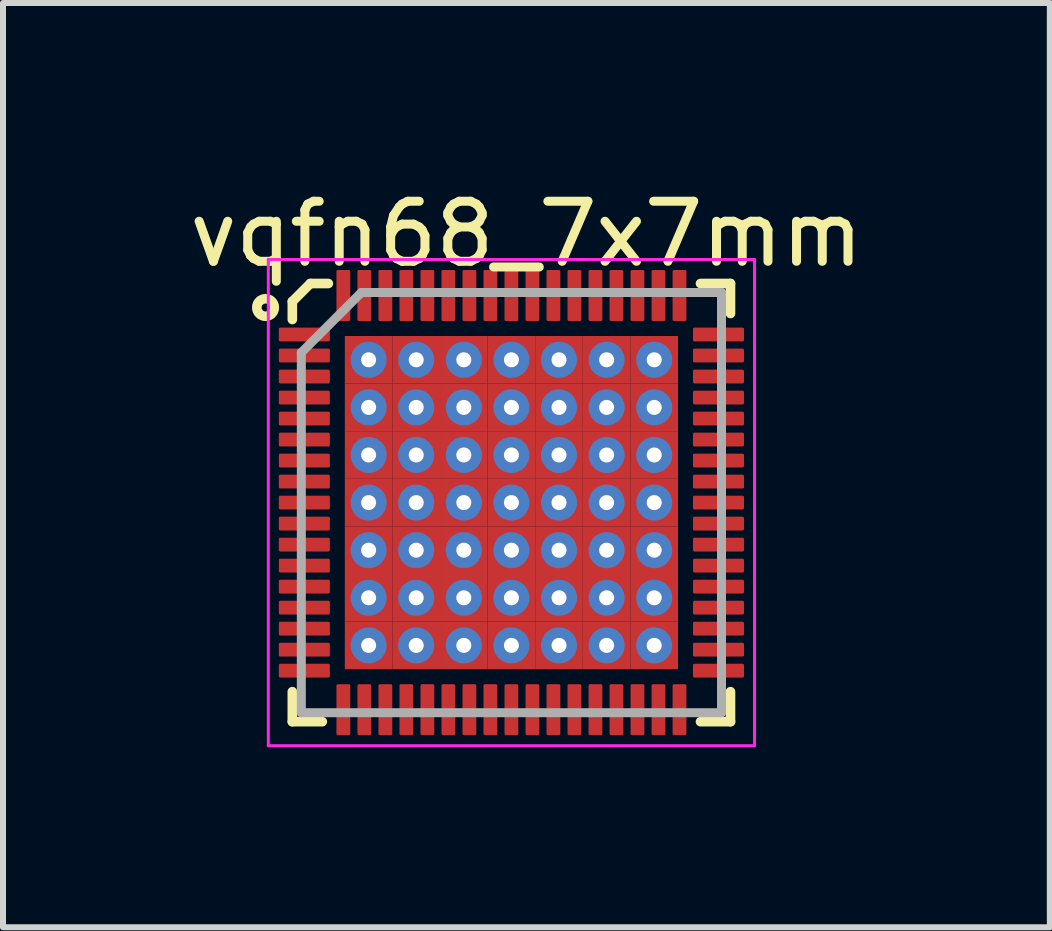
<source format=kicad_pcb>
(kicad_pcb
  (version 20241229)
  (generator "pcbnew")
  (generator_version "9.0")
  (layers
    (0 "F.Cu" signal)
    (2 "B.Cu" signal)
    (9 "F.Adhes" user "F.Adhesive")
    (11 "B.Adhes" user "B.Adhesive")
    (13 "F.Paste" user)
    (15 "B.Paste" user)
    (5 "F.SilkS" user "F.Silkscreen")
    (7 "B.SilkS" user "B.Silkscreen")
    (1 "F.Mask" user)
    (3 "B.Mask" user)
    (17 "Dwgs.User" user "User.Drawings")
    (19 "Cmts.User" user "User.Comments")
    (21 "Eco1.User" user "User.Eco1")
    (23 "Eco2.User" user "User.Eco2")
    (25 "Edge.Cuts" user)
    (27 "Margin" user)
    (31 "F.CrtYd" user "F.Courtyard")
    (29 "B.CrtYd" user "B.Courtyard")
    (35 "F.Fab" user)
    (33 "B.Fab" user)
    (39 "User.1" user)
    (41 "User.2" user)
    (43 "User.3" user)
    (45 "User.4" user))
  (footprint "vqfn68_7x7mm"
    (layer "F.Cu")
    (at 5.47 5.323)
    (property "Reference" "vqfn68_7x7mm" (at 0.25 -4.475 0) (layer "F.SilkS") (effects (font (size 1 1) (thickness 0.15))))
    (attr smd)
    (fp_line (start -3.65 -3.35) (end -3.65 -3.05) (stroke (width 0.16) (type solid)) (layer "F.SilkS"))
    (fp_line (start -3.65 -3.35) (end -3.35 -3.65) (stroke (width 0.16) (type solid)) (layer "F.SilkS"))
    (fp_line (start -3.65 3.65) (end -3.65 3.15) (stroke (width 0.16) (type solid)) (layer "F.SilkS"))
    (fp_line (start -3.15 3.65) (end -3.65 3.65) (stroke (width 0.16) (type solid)) (layer "F.SilkS"))
    (fp_line (start -3.05 -3.65) (end -3.35 -3.65) (stroke (width 0.16) (type solid)) (layer "F.SilkS"))
    (fp_line (start 3.15 -3.65) (end 3.65 -3.65) (stroke (width 0.16) (type solid)) (layer "F.SilkS"))
    (fp_line (start 3.15 3.65) (end 3.65 3.65) (stroke (width 0.16) (type solid)) (layer "F.SilkS"))
    (fp_line (start 3.65 -3.65) (end 3.65 -3.15) (stroke (width 0.16) (type solid)) (layer "F.SilkS"))
    (fp_line (start 3.65 3.65) (end 3.65 3.15) (stroke (width 0.16) (type solid)) (layer "F.SilkS"))
    (fp_circle (center -4.096 -3.25) (end -3.95 -3.25) (stroke (width 0.16) (type solid)) (fill no) (layer "F.SilkS"))
    (fp_line (start -4.05 -4.05) (end 4.05 -4.05) (stroke (width 0.05) (type solid)) (layer "F.CrtYd"))
    (fp_line (start -4.05 4.05) (end -4.05 -4.05) (stroke (width 0.05) (type solid)) (layer "F.CrtYd"))
    (fp_line (start 4.05 -4.05) (end 4.05 4.05) (stroke (width 0.05) (type solid)) (layer "F.CrtYd"))
    (fp_line (start 4.05 4.05) (end -4.05 4.05) (stroke (width 0.05) (type solid)) (layer "F.CrtYd"))
    (fp_line (start -3.5 -2.5) (end -3.5 3.5) (stroke (width 0.15) (type solid)) (layer "F.Fab"))
    (fp_line (start -3.5 3.5) (end 3.5 3.5) (stroke (width 0.15) (type solid)) (layer "F.Fab"))
    (fp_line (start -2.5 -3.5) (end -3.5 -2.5) (stroke (width 0.15) (type solid)) (layer "F.Fab"))
    (fp_line (start 3.5 -3.5) (end -2.5 -3.5) (stroke (width 0.15) (type solid)) (layer "F.Fab"))
    (fp_line (start 3.5 3.5) (end 3.5 -3.5) (stroke (width 0.15) (type solid)) (layer "F.Fab"))
    (pad "1" smd roundrect (at -3.45 -2.8 90) (size 0.23 0.85) (layers "F.Cu" "F.Mask" "F.Paste") (roundrect_rratio 0.1))
    (pad "2" smd roundrect (at -3.45 -2.45 90) (size 0.23 0.85) (layers "F.Cu" "F.Mask" "F.Paste") (roundrect_rratio 0.1))
    (pad "3" smd roundrect (at -3.45 -2.1 90) (size 0.23 0.85) (layers "F.Cu" "F.Mask" "F.Paste") (roundrect_rratio 0.1))
    (pad "4" smd roundrect (at -3.45 -1.75 90) (size 0.23 0.85) (layers "F.Cu" "F.Mask" "F.Paste") (roundrect_rratio 0.1))
    (pad "5" smd roundrect (at -3.45 -1.4 90) (size 0.23 0.85) (layers "F.Cu" "F.Mask" "F.Paste") (roundrect_rratio 0.1))
    (pad "6" smd roundrect (at -3.45 -1.05 90) (size 0.23 0.85) (layers "F.Cu" "F.Mask" "F.Paste") (roundrect_rratio 0.1))
    (pad "7" smd roundrect (at -3.45 -0.7 90) (size 0.23 0.85) (layers "F.Cu" "F.Mask" "F.Paste") (roundrect_rratio 0.1))
    (pad "8" smd roundrect (at -3.45 -0.35 90) (size 0.23 0.85) (layers "F.Cu" "F.Mask" "F.Paste") (roundrect_rratio 0.1))
    (pad "9" smd roundrect (at -3.45 0 90) (size 0.23 0.85) (layers "F.Cu" "F.Mask" "F.Paste") (roundrect_rratio 0.1))
    (pad "10" smd roundrect (at -3.45 0.35 90) (size 0.23 0.85) (layers "F.Cu" "F.Mask" "F.Paste") (roundrect_rratio 0.1))
    (pad "11" smd roundrect (at -3.45 0.7 90) (size 0.23 0.85) (layers "F.Cu" "F.Mask" "F.Paste") (roundrect_rratio 0.1))
    (pad "12" smd roundrect (at -3.45 1.05 90) (size 0.23 0.85) (layers "F.Cu" "F.Mask" "F.Paste") (roundrect_rratio 0.1))
    (pad "13" smd roundrect (at -3.45 1.4 90) (size 0.23 0.85) (layers "F.Cu" "F.Mask" "F.Paste") (roundrect_rratio 0.1))
    (pad "14" smd roundrect (at -3.45 1.75 90) (size 0.23 0.85) (layers "F.Cu" "F.Mask" "F.Paste") (roundrect_rratio 0.1))
    (pad "15" smd roundrect (at -3.45 2.1 90) (size 0.23 0.85) (layers "F.Cu" "F.Mask" "F.Paste") (roundrect_rratio 0.1))
    (pad "16" smd roundrect (at -3.45 2.45 90) (size 0.23 0.85) (layers "F.Cu" "F.Mask" "F.Paste") (roundrect_rratio 0.1))
    (pad "17" smd roundrect (at -3.45 2.8 90) (size 0.23 0.85) (layers "F.Cu" "F.Mask" "F.Paste") (roundrect_rratio 0.1))
    (pad "18" smd roundrect (at -2.8 3.45) (size 0.23 0.85) (layers "F.Cu" "F.Mask" "F.Paste") (roundrect_rratio 0.1))
    (pad "19" smd roundrect (at -2.45 3.45) (size 0.23 0.85) (layers "F.Cu" "F.Mask" "F.Paste") (roundrect_rratio 0.1))
    (pad "20" smd roundrect (at -2.1 3.45) (size 0.23 0.85) (layers "F.Cu" "F.Mask" "F.Paste") (roundrect_rratio 0.1))
    (pad "21" smd roundrect (at -1.75 3.45) (size 0.23 0.85) (layers "F.Cu" "F.Mask" "F.Paste") (roundrect_rratio 0.1))
    (pad "22" smd roundrect (at -1.4 3.45) (size 0.23 0.85) (layers "F.Cu" "F.Mask" "F.Paste") (roundrect_rratio 0.1))
    (pad "23" smd roundrect (at -1.05 3.45) (size 0.23 0.85) (layers "F.Cu" "F.Mask" "F.Paste") (roundrect_rratio 0.1))
    (pad "24" smd roundrect (at -0.7 3.45) (size 0.23 0.85) (layers "F.Cu" "F.Mask" "F.Paste") (roundrect_rratio 0.1))
    (pad "25" smd roundrect (at -0.35 3.45) (size 0.23 0.85) (layers "F.Cu" "F.Mask" "F.Paste") (roundrect_rratio 0.1))
    (pad "26" smd roundrect (at 0 3.45) (size 0.23 0.85) (layers "F.Cu" "F.Mask" "F.Paste") (roundrect_rratio 0.1))
    (pad "27" smd roundrect (at 0.35 3.45) (size 0.23 0.85) (layers "F.Cu" "F.Mask" "F.Paste") (roundrect_rratio 0.1))
    (pad "28" smd roundrect (at 0.7 3.45) (size 0.23 0.85) (layers "F.Cu" "F.Mask" "F.Paste") (roundrect_rratio 0.1))
    (pad "29" smd roundrect (at 1.05 3.45) (size 0.23 0.85) (layers "F.Cu" "F.Mask" "F.Paste") (roundrect_rratio 0.1))
    (pad "30" smd roundrect (at 1.4 3.45) (size 0.23 0.85) (layers "F.Cu" "F.Mask" "F.Paste") (roundrect_rratio 0.1))
    (pad "31" smd roundrect (at 1.75 3.45) (size 0.23 0.85) (layers "F.Cu" "F.Mask" "F.Paste") (roundrect_rratio 0.1))
    (pad "32" smd roundrect (at 2.1 3.45) (size 0.23 0.85) (layers "F.Cu" "F.Mask" "F.Paste") (roundrect_rratio 0.1))
    (pad "33" smd roundrect (at 2.45 3.45) (size 0.23 0.85) (layers "F.Cu" "F.Mask" "F.Paste") (roundrect_rratio 0.1))
    (pad "34" smd roundrect (at 2.8 3.45) (size 0.23 0.85) (layers "F.Cu" "F.Mask" "F.Paste") (roundrect_rratio 0.1))
    (pad "35" smd roundrect (at 3.45 2.8 90) (size 0.23 0.85) (layers "F.Cu" "F.Mask" "F.Paste") (roundrect_rratio 0.1))
    (pad "36" smd roundrect (at 3.45 2.45 90) (size 0.23 0.85) (layers "F.Cu" "F.Mask" "F.Paste") (roundrect_rratio 0.1))
    (pad "37" smd roundrect (at 3.45 2.1 90) (size 0.23 0.85) (layers "F.Cu" "F.Mask" "F.Paste") (roundrect_rratio 0.1))
    (pad "38" smd roundrect (at 3.45 1.75 90) (size 0.23 0.85) (layers "F.Cu" "F.Mask" "F.Paste") (roundrect_rratio 0.1))
    (pad "39" smd roundrect (at 3.45 1.4 90) (size 0.23 0.85) (layers "F.Cu" "F.Mask" "F.Paste") (roundrect_rratio 0.1))
    (pad "40" smd roundrect (at 3.45 1.05 90) (size 0.23 0.85) (layers "F.Cu" "F.Mask" "F.Paste") (roundrect_rratio 0.1))
    (pad "41" smd roundrect (at 3.45 0.7 90) (size 0.23 0.85) (layers "F.Cu" "F.Mask" "F.Paste") (roundrect_rratio 0.1))
    (pad "42" smd roundrect (at 3.45 0.35 90) (size 0.23 0.85) (layers "F.Cu" "F.Mask" "F.Paste") (roundrect_rratio 0.1))
    (pad "43" smd roundrect (at 3.45 0 90) (size 0.23 0.85) (layers "F.Cu" "F.Mask" "F.Paste") (roundrect_rratio 0.1))
    (pad "44" smd roundrect (at 3.45 -0.35 90) (size 0.23 0.85) (layers "F.Cu" "F.Mask" "F.Paste") (roundrect_rratio 0.1))
    (pad "45" smd roundrect (at 3.45 -0.7 90) (size 0.23 0.85) (layers "F.Cu" "F.Mask" "F.Paste") (roundrect_rratio 0.1))
    (pad "46" smd roundrect (at 3.45 -1.05 90) (size 0.23 0.85) (layers "F.Cu" "F.Mask" "F.Paste") (roundrect_rratio 0.1))
    (pad "47" smd roundrect (at 3.45 -1.4 90) (size 0.23 0.85) (layers "F.Cu" "F.Mask" "F.Paste") (roundrect_rratio 0.1))
    (pad "48" smd roundrect (at 3.45 -1.75 90) (size 0.23 0.85) (layers "F.Cu" "F.Mask" "F.Paste") (roundrect_rratio 0.1))
    (pad "49" smd roundrect (at 3.45 -2.1 90) (size 0.23 0.85) (layers "F.Cu" "F.Mask" "F.Paste") (roundrect_rratio 0.1))
    (pad "50" smd roundrect (at 3.45 -2.45 90) (size 0.23 0.85) (layers "F.Cu" "F.Mask" "F.Paste") (roundrect_rratio 0.1))
    (pad "51" smd roundrect (at 3.45 -2.8 90) (size 0.23 0.85) (layers "F.Cu" "F.Mask" "F.Paste") (roundrect_rratio 0.1))
    (pad "52" smd roundrect (at 2.8 -3.45) (size 0.23 0.85) (layers "F.Cu" "F.Mask" "F.Paste") (roundrect_rratio 0.1))
    (pad "53" smd roundrect (at 2.45 -3.45) (size 0.23 0.85) (layers "F.Cu" "F.Mask" "F.Paste") (roundrect_rratio 0.1))
    (pad "54" smd roundrect (at 2.1 -3.45) (size 0.23 0.85) (layers "F.Cu" "F.Mask" "F.Paste") (roundrect_rratio 0.1))
    (pad "55" smd roundrect (at 1.75 -3.45) (size 0.23 0.85) (layers "F.Cu" "F.Mask" "F.Paste") (roundrect_rratio 0.1))
    (pad "56" smd roundrect (at 1.4 -3.45) (size 0.23 0.85) (layers "F.Cu" "F.Mask" "F.Paste") (roundrect_rratio 0.1))
    (pad "57" smd roundrect (at 1.05 -3.45) (size 0.23 0.85) (layers "F.Cu" "F.Mask" "F.Paste") (roundrect_rratio 0.1))
    (pad "58" smd roundrect (at 0.7 -3.45) (size 0.23 0.85) (layers "F.Cu" "F.Mask" "F.Paste") (roundrect_rratio 0.1))
    (pad "59" smd roundrect (at 0.35 -3.45) (size 0.23 0.85) (layers "F.Cu" "F.Mask" "F.Paste") (roundrect_rratio 0.1))
    (pad "60" smd roundrect (at 0 -3.45) (size 0.23 0.85) (layers "F.Cu" "F.Mask" "F.Paste") (roundrect_rratio 0.1))
    (pad "61" smd roundrect (at -0.35 -3.45) (size 0.23 0.85) (layers "F.Cu" "F.Mask" "F.Paste") (roundrect_rratio 0.1))
    (pad "62" smd roundrect (at -0.7 -3.45) (size 0.23 0.85) (layers "F.Cu" "F.Mask" "F.Paste") (roundrect_rratio 0.1))
    (pad "63" smd roundrect (at -1.05 -3.45) (size 0.23 0.85) (layers "F.Cu" "F.Mask" "F.Paste") (roundrect_rratio 0.1))
    (pad "64" smd roundrect (at -1.4 -3.45) (size 0.23 0.85) (layers "F.Cu" "F.Mask" "F.Paste") (roundrect_rratio 0.1))
    (pad "65" smd roundrect (at -1.75 -3.45) (size 0.23 0.85) (layers "F.Cu" "F.Mask" "F.Paste") (roundrect_rratio 0.1))
    (pad "66" smd roundrect (at -2.1 -3.45) (size 0.23 0.85) (layers "F.Cu" "F.Mask" "F.Paste") (roundrect_rratio 0.1))
    (pad "67" smd roundrect (at -2.45 -3.45) (size 0.23 0.85) (layers "F.Cu" "F.Mask" "F.Paste") (roundrect_rratio 0.1))
    (pad "68" smd roundrect (at -2.8 -3.45) (size 0.23 0.85) (layers "F.Cu" "F.Mask" "F.Paste") (roundrect_rratio 0.1))
    (pad "69" thru_hole circle (at -2.379 -2.379) (size 0.6 0.6) (drill 0.25) (layers "*.Cu" "*.Mask"))
    (pad "69" smd rect (at -2.379 -2.379) (size 0.793 0.793) (layers "F.Cu" "F.Mask" "F.Paste"))
    (pad "69" thru_hole circle (at -2.379 -1.586) (size 0.6 0.6) (drill 0.25) (layers "*.Cu" "*.Mask"))
    (pad "69" smd rect (at -2.379 -1.586) (size 0.793 0.793) (layers "F.Cu" "F.Mask" "F.Paste"))
    (pad "69" thru_hole circle (at -2.379 -0.793) (size 0.6 0.6) (drill 0.25) (layers "*.Cu" "*.Mask"))
    (pad "69" smd rect (at -2.379 -0.793) (size 0.793 0.793) (layers "F.Cu" "F.Mask" "F.Paste"))
    (pad "69" thru_hole circle (at -2.379 0) (size 0.6 0.6) (drill 0.25) (layers "*.Cu" "*.Mask"))
    (pad "69" smd rect (at -2.379 0) (size 0.793 0.793) (layers "F.Cu" "F.Mask" "F.Paste"))
    (pad "69" thru_hole circle (at -2.379 0.793) (size 0.6 0.6) (drill 0.25) (layers "*.Cu" "*.Mask"))
    (pad "69" smd rect (at -2.379 0.793) (size 0.793 0.793) (layers "F.Cu" "F.Mask" "F.Paste"))
    (pad "69" thru_hole circle (at -2.379 1.586) (size 0.6 0.6) (drill 0.25) (layers "*.Cu" "*.Mask"))
    (pad "69" smd rect (at -2.379 1.586) (size 0.793 0.793) (layers "F.Cu" "F.Mask" "F.Paste"))
    (pad "69" thru_hole circle (at -2.379 2.379) (size 0.6 0.6) (drill 0.25) (layers "*.Cu" "*.Mask"))
    (pad "69" smd rect (at -2.379 2.379) (size 0.793 0.793) (layers "F.Cu" "F.Mask" "F.Paste"))
    (pad "69" thru_hole circle (at -1.586 -2.379) (size 0.6 0.6) (drill 0.25) (layers "*.Cu" "*.Mask"))
    (pad "69" smd rect (at -1.586 -2.379) (size 0.793 0.793) (layers "F.Cu" "F.Mask" "F.Paste"))
    (pad "69" thru_hole circle (at -1.586 -1.586) (size 0.6 0.6) (drill 0.25) (layers "*.Cu" "*.Mask"))
    (pad "69" smd rect (at -1.586 -1.586) (size 0.793 0.793) (layers "F.Cu" "F.Mask" "F.Paste"))
    (pad "69" thru_hole circle (at -1.586 -0.793) (size 0.6 0.6) (drill 0.25) (layers "*.Cu" "*.Mask"))
    (pad "69" smd rect (at -1.586 -0.793) (size 0.793 0.793) (layers "F.Cu" "F.Mask" "F.Paste"))
    (pad "69" thru_hole circle (at -1.586 0) (size 0.6 0.6) (drill 0.25) (layers "*.Cu" "*.Mask"))
    (pad "69" smd rect (at -1.586 0) (size 0.793 0.793) (layers "F.Cu" "F.Mask" "F.Paste"))
    (pad "69" thru_hole circle (at -1.586 0.793) (size 0.6 0.6) (drill 0.25) (layers "*.Cu" "*.Mask"))
    (pad "69" smd rect (at -1.586 0.793) (size 0.793 0.793) (layers "F.Cu" "F.Mask" "F.Paste"))
    (pad "69" thru_hole circle (at -1.586 1.586) (size 0.6 0.6) (drill 0.25) (layers "*.Cu" "*.Mask"))
    (pad "69" smd rect (at -1.586 1.586) (size 0.793 0.793) (layers "F.Cu" "F.Mask" "F.Paste"))
    (pad "69" thru_hole circle (at -1.586 2.379) (size 0.6 0.6) (drill 0.25) (layers "*.Cu" "*.Mask"))
    (pad "69" smd rect (at -1.586 2.379) (size 0.793 0.793) (layers "F.Cu" "F.Mask" "F.Paste"))
    (pad "69" thru_hole circle (at -0.793 -2.379) (size 0.6 0.6) (drill 0.25) (layers "*.Cu" "*.Mask"))
    (pad "69" smd rect (at -0.793 -2.379) (size 0.793 0.793) (layers "F.Cu" "F.Mask" "F.Paste"))
    (pad "69" thru_hole circle (at -0.793 -1.586) (size 0.6 0.6) (drill 0.25) (layers "*.Cu" "*.Mask"))
    (pad "69" smd rect (at -0.793 -1.586) (size 0.793 0.793) (layers "F.Cu" "F.Mask" "F.Paste"))
    (pad "69" thru_hole circle (at -0.793 -0.793) (size 0.6 0.6) (drill 0.25) (layers "*.Cu" "*.Mask"))
    (pad "69" smd rect (at -0.793 -0.793) (size 0.793 0.793) (layers "F.Cu" "F.Mask" "F.Paste"))
    (pad "69" thru_hole circle (at -0.793 0) (size 0.6 0.6) (drill 0.25) (layers "*.Cu" "*.Mask"))
    (pad "69" smd rect (at -0.793 0) (size 0.793 0.793) (layers "F.Cu" "F.Mask" "F.Paste"))
    (pad "69" thru_hole circle (at -0.793 0.793) (size 0.6 0.6) (drill 0.25) (layers "*.Cu" "*.Mask"))
    (pad "69" smd rect (at -0.793 0.793) (size 0.793 0.793) (layers "F.Cu" "F.Mask" "F.Paste"))
    (pad "69" thru_hole circle (at -0.793 1.586) (size 0.6 0.6) (drill 0.25) (layers "*.Cu" "*.Mask"))
    (pad "69" smd rect (at -0.793 1.586) (size 0.793 0.793) (layers "F.Cu" "F.Mask" "F.Paste"))
    (pad "69" thru_hole circle (at -0.793 2.379) (size 0.6 0.6) (drill 0.25) (layers "*.Cu" "*.Mask"))
    (pad "69" smd rect (at -0.793 2.379) (size 0.793 0.793) (layers "F.Cu" "F.Mask" "F.Paste"))
    (pad "69" thru_hole circle (at 0 -2.379) (size 0.6 0.6) (drill 0.25) (layers "*.Cu" "*.Mask"))
    (pad "69" smd rect (at 0 -2.379) (size 0.793 0.793) (layers "F.Cu" "F.Mask" "F.Paste"))
    (pad "69" thru_hole circle (at 0 -1.586) (size 0.6 0.6) (drill 0.25) (layers "*.Cu" "*.Mask"))
    (pad "69" smd rect (at 0 -1.586) (size 0.793 0.793) (layers "F.Cu" "F.Mask" "F.Paste"))
    (pad "69" thru_hole circle (at 0 -0.793) (size 0.6 0.6) (drill 0.25) (layers "*.Cu" "*.Mask"))
    (pad "69" smd rect (at 0 -0.793) (size 0.793 0.793) (layers "F.Cu" "F.Mask" "F.Paste"))
    (pad "69" thru_hole circle (at 0 0) (size 0.6 0.6) (drill 0.25) (layers "*.Cu" "*.Mask"))
    (pad "69" smd rect (at 0 0) (size 0.793 0.793) (layers "F.Cu" "F.Mask" "F.Paste"))
    (pad "69" thru_hole circle (at 0 0.793) (size 0.6 0.6) (drill 0.25) (layers "*.Cu" "*.Mask"))
    (pad "69" smd rect (at 0 0.793) (size 0.793 0.793) (layers "F.Cu" "F.Mask" "F.Paste"))
    (pad "69" thru_hole circle (at 0 1.586) (size 0.6 0.6) (drill 0.25) (layers "*.Cu" "*.Mask"))
    (pad "69" smd rect (at 0 1.586) (size 0.793 0.793) (layers "F.Cu" "F.Mask" "F.Paste"))
    (pad "69" thru_hole circle (at 0 2.379) (size 0.6 0.6) (drill 0.25) (layers "*.Cu" "*.Mask"))
    (pad "69" smd rect (at 0 2.379) (size 0.793 0.793) (layers "F.Cu" "F.Mask" "F.Paste"))
    (pad "69" thru_hole circle (at 0.793 -2.379) (size 0.6 0.6) (drill 0.25) (layers "*.Cu" "*.Mask"))
    (pad "69" smd rect (at 0.793 -2.379) (size 0.793 0.793) (layers "F.Cu" "F.Mask" "F.Paste"))
    (pad "69" thru_hole circle (at 0.793 -1.586) (size 0.6 0.6) (drill 0.25) (layers "*.Cu" "*.Mask"))
    (pad "69" smd rect (at 0.793 -1.586) (size 0.793 0.793) (layers "F.Cu" "F.Mask" "F.Paste"))
    (pad "69" thru_hole circle (at 0.793 -0.793) (size 0.6 0.6) (drill 0.25) (layers "*.Cu" "*.Mask"))
    (pad "69" smd rect (at 0.793 -0.793) (size 0.793 0.793) (layers "F.Cu" "F.Mask" "F.Paste"))
    (pad "69" thru_hole circle (at 0.793 0) (size 0.6 0.6) (drill 0.25) (layers "*.Cu" "*.Mask"))
    (pad "69" smd rect (at 0.793 0) (size 0.793 0.793) (layers "F.Cu" "F.Mask" "F.Paste"))
    (pad "69" thru_hole circle (at 0.793 0.793) (size 0.6 0.6) (drill 0.25) (layers "*.Cu" "*.Mask"))
    (pad "69" smd rect (at 0.793 0.793) (size 0.793 0.793) (layers "F.Cu" "F.Mask" "F.Paste"))
    (pad "69" thru_hole circle (at 0.793 1.586) (size 0.6 0.6) (drill 0.25) (layers "*.Cu" "*.Mask"))
    (pad "69" smd rect (at 0.793 1.586) (size 0.793 0.793) (layers "F.Cu" "F.Mask" "F.Paste"))
    (pad "69" thru_hole circle (at 0.793 2.379) (size 0.6 0.6) (drill 0.25) (layers "*.Cu" "*.Mask"))
    (pad "69" smd rect (at 0.793 2.379) (size 0.793 0.793) (layers "F.Cu" "F.Mask" "F.Paste"))
    (pad "69" thru_hole circle (at 1.586 -2.379) (size 0.6 0.6) (drill 0.25) (layers "*.Cu" "*.Mask"))
    (pad "69" smd rect (at 1.586 -2.379) (size 0.793 0.793) (layers "F.Cu" "F.Mask" "F.Paste"))
    (pad "69" thru_hole circle (at 1.586 -1.586) (size 0.6 0.6) (drill 0.25) (layers "*.Cu" "*.Mask"))
    (pad "69" smd rect (at 1.586 -1.586) (size 0.793 0.793) (layers "F.Cu" "F.Mask" "F.Paste"))
    (pad "69" thru_hole circle (at 1.586 -0.793) (size 0.6 0.6) (drill 0.25) (layers "*.Cu" "*.Mask"))
    (pad "69" smd rect (at 1.586 -0.793) (size 0.793 0.793) (layers "F.Cu" "F.Mask" "F.Paste"))
    (pad "69" thru_hole circle (at 1.586 0) (size 0.6 0.6) (drill 0.25) (layers "*.Cu" "*.Mask"))
    (pad "69" smd rect (at 1.586 0) (size 0.793 0.793) (layers "F.Cu" "F.Mask" "F.Paste"))
    (pad "69" thru_hole circle (at 1.586 0.793) (size 0.6 0.6) (drill 0.25) (layers "*.Cu" "*.Mask"))
    (pad "69" smd rect (at 1.586 0.793) (size 0.793 0.793) (layers "F.Cu" "F.Mask" "F.Paste"))
    (pad "69" thru_hole circle (at 1.586 1.586) (size 0.6 0.6) (drill 0.25) (layers "*.Cu" "*.Mask"))
    (pad "69" smd rect (at 1.586 1.586) (size 0.793 0.793) (layers "F.Cu" "F.Mask" "F.Paste"))
    (pad "69" thru_hole circle (at 1.586 2.379) (size 0.6 0.6) (drill 0.25) (layers "*.Cu" "*.Mask"))
    (pad "69" smd rect (at 1.586 2.379) (size 0.793 0.793) (layers "F.Cu" "F.Mask" "F.Paste"))
    (pad "69" thru_hole circle (at 2.379 -2.379) (size 0.6 0.6) (drill 0.25) (layers "*.Cu" "*.Mask"))
    (pad "69" smd rect (at 2.379 -2.379) (size 0.793 0.793) (layers "F.Cu" "F.Mask" "F.Paste"))
    (pad "69" thru_hole circle (at 2.379 -1.586) (size 0.6 0.6) (drill 0.25) (layers "*.Cu" "*.Mask"))
    (pad "69" smd rect (at 2.379 -1.586) (size 0.793 0.793) (layers "F.Cu" "F.Mask" "F.Paste"))
    (pad "69" thru_hole circle (at 2.379 -0.793) (size 0.6 0.6) (drill 0.25) (layers "*.Cu" "*.Mask"))
    (pad "69" smd rect (at 2.379 -0.793) (size 0.793 0.793) (layers "F.Cu" "F.Mask" "F.Paste"))
    (pad "69" thru_hole circle (at 2.379 0) (size 0.6 0.6) (drill 0.25) (layers "*.Cu" "*.Mask"))
    (pad "69" smd rect (at 2.379 0) (size 0.793 0.793) (layers "F.Cu" "F.Mask" "F.Paste"))
    (pad "69" thru_hole circle (at 2.379 0.793) (size 0.6 0.6) (drill 0.25) (layers "*.Cu" "*.Mask"))
    (pad "69" smd rect (at 2.379 0.793) (size 0.793 0.793) (layers "F.Cu" "F.Mask" "F.Paste"))
    (pad "69" thru_hole circle (at 2.379 1.586) (size 0.6 0.6) (drill 0.25) (layers "*.Cu" "*.Mask"))
    (pad "69" smd rect (at 2.379 1.586) (size 0.793 0.793) (layers "F.Cu" "F.Mask" "F.Paste"))
    (pad "69" thru_hole circle (at 2.379 2.379) (size 0.6 0.6) (drill 0.25) (layers "*.Cu" "*.Mask"))
    (pad "69" smd rect (at 2.379 2.379) (size 0.793 0.793) (layers "F.Cu" "F.Mask" "F.Paste")))
  (gr_rect
    (start -3 -3)
    (end 14.44 12.398)
    (stroke (width 0.1) (type default))
    (fill no)
    (layer "Edge.Cuts")))
</source>
